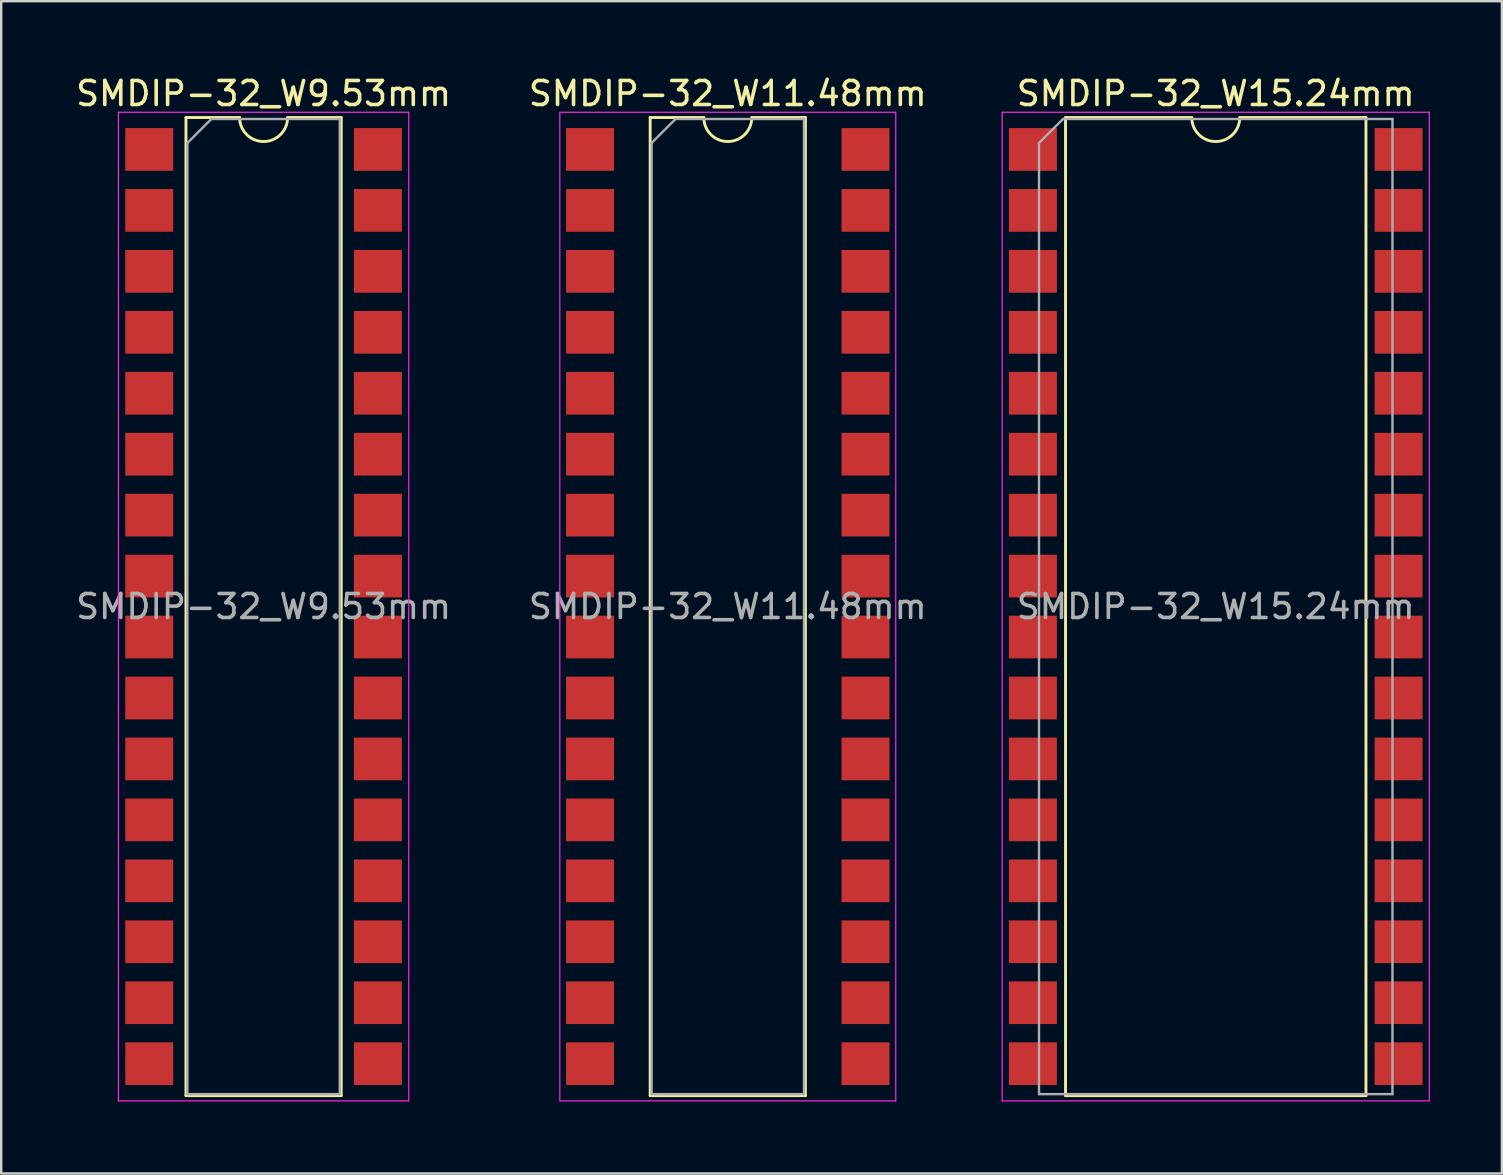
<source format=kicad_pcb>
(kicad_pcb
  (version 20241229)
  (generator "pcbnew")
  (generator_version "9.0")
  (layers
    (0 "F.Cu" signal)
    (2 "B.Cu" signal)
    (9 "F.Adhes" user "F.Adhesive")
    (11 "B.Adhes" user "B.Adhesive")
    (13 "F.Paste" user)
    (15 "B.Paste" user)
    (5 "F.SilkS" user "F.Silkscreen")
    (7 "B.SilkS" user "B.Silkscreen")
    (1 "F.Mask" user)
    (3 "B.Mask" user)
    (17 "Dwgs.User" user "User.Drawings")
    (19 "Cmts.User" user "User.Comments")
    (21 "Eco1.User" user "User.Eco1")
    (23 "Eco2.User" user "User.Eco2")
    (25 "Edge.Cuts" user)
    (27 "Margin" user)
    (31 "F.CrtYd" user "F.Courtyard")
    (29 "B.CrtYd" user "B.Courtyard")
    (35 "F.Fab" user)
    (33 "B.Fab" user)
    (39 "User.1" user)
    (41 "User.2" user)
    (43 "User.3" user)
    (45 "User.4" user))
  (footprint "SMDIP-32_W9.53mm"
    (layer "F.Cu")
    (at 7.935 22.228)
    (property "Reference" "SMDIP-32_W9.53mm" (at 0 -21.38 0) (layer "F.SilkS") (effects (font (size 1 1) (thickness 0.15))))
    (attr smd)
    (fp_line (start -3.235 -20.38) (end -3.235 20.38) (stroke (width 0.12) (type solid)) (layer "F.SilkS"))
    (fp_line (start -3.235 20.38) (end 3.235 20.38) (stroke (width 0.12) (type solid)) (layer "F.SilkS"))
    (fp_line (start -1 -20.38) (end -3.235 -20.38) (stroke (width 0.12) (type solid)) (layer "F.SilkS"))
    (fp_line (start 3.235 -20.38) (end 1 -20.38) (stroke (width 0.12) (type solid)) (layer "F.SilkS"))
    (fp_line (start 3.235 20.38) (end 3.235 -20.38) (stroke (width 0.12) (type solid)) (layer "F.SilkS"))
    (fp_arc (start 1 -20.38) (mid 0 -19.38) (end -1 -20.38) (stroke (width 0.12) (type solid)) (layer "F.SilkS"))
    (fp_line (start -6.05 -20.6) (end -6.05 20.6) (stroke (width 0.05) (type solid)) (layer "F.CrtYd"))
    (fp_line (start -6.05 20.6) (end 6.05 20.6) (stroke (width 0.05) (type solid)) (layer "F.CrtYd"))
    (fp_line (start 6.05 -20.6) (end -6.05 -20.6) (stroke (width 0.05) (type solid)) (layer "F.CrtYd"))
    (fp_line (start 6.05 20.6) (end 6.05 -20.6) (stroke (width 0.05) (type solid)) (layer "F.CrtYd"))
    (fp_line (start -3.175 -19.32) (end -2.175 -20.32) (stroke (width 0.1) (type solid)) (layer "F.Fab"))
    (fp_line (start -3.175 20.32) (end -3.175 -19.32) (stroke (width 0.1) (type solid)) (layer "F.Fab"))
    (fp_line (start -2.175 -20.32) (end 3.175 -20.32) (stroke (width 0.1) (type solid)) (layer "F.Fab"))
    (fp_line (start 3.175 -20.32) (end 3.175 20.32) (stroke (width 0.1) (type solid)) (layer "F.Fab"))
    (fp_line (start 3.175 20.32) (end -3.175 20.32) (stroke (width 0.1) (type solid)) (layer "F.Fab"))
    (fp_text user "${REFERENCE}" (at 0 0 0) (layer "F.Fab") (effects (font (size 1 1) (thickness 0.15))))
    (pad "1" smd rect (at -4.765 -19.05) (size 2 1.78) (layers "F.Cu" "F.Mask" "F.Paste"))
    (pad "2" smd rect (at -4.765 -16.51) (size 2 1.78) (layers "F.Cu" "F.Mask" "F.Paste"))
    (pad "3" smd rect (at -4.765 -13.97) (size 2 1.78) (layers "F.Cu" "F.Mask" "F.Paste"))
    (pad "4" smd rect (at -4.765 -11.43) (size 2 1.78) (layers "F.Cu" "F.Mask" "F.Paste"))
    (pad "5" smd rect (at -4.765 -8.89) (size 2 1.78) (layers "F.Cu" "F.Mask" "F.Paste"))
    (pad "6" smd rect (at -4.765 -6.35) (size 2 1.78) (layers "F.Cu" "F.Mask" "F.Paste"))
    (pad "7" smd rect (at -4.765 -3.81) (size 2 1.78) (layers "F.Cu" "F.Mask" "F.Paste"))
    (pad "8" smd rect (at -4.765 -1.27) (size 2 1.78) (layers "F.Cu" "F.Mask" "F.Paste"))
    (pad "9" smd rect (at -4.765 1.27) (size 2 1.78) (layers "F.Cu" "F.Mask" "F.Paste"))
    (pad "10" smd rect (at -4.765 3.81) (size 2 1.78) (layers "F.Cu" "F.Mask" "F.Paste"))
    (pad "11" smd rect (at -4.765 6.35) (size 2 1.78) (layers "F.Cu" "F.Mask" "F.Paste"))
    (pad "12" smd rect (at -4.765 8.89) (size 2 1.78) (layers "F.Cu" "F.Mask" "F.Paste"))
    (pad "13" smd rect (at -4.765 11.43) (size 2 1.78) (layers "F.Cu" "F.Mask" "F.Paste"))
    (pad "14" smd rect (at -4.765 13.97) (size 2 1.78) (layers "F.Cu" "F.Mask" "F.Paste"))
    (pad "15" smd rect (at -4.765 16.51) (size 2 1.78) (layers "F.Cu" "F.Mask" "F.Paste"))
    (pad "16" smd rect (at -4.765 19.05) (size 2 1.78) (layers "F.Cu" "F.Mask" "F.Paste"))
    (pad "17" smd rect (at 4.765 19.05) (size 2 1.78) (layers "F.Cu" "F.Mask" "F.Paste"))
    (pad "18" smd rect (at 4.765 16.51) (size 2 1.78) (layers "F.Cu" "F.Mask" "F.Paste"))
    (pad "19" smd rect (at 4.765 13.97) (size 2 1.78) (layers "F.Cu" "F.Mask" "F.Paste"))
    (pad "20" smd rect (at 4.765 11.43) (size 2 1.78) (layers "F.Cu" "F.Mask" "F.Paste"))
    (pad "21" smd rect (at 4.765 8.89) (size 2 1.78) (layers "F.Cu" "F.Mask" "F.Paste"))
    (pad "22" smd rect (at 4.765 6.35) (size 2 1.78) (layers "F.Cu" "F.Mask" "F.Paste"))
    (pad "23" smd rect (at 4.765 3.81) (size 2 1.78) (layers "F.Cu" "F.Mask" "F.Paste"))
    (pad "24" smd rect (at 4.765 1.27) (size 2 1.78) (layers "F.Cu" "F.Mask" "F.Paste"))
    (pad "25" smd rect (at 4.765 -1.27) (size 2 1.78) (layers "F.Cu" "F.Mask" "F.Paste"))
    (pad "26" smd rect (at 4.765 -3.81) (size 2 1.78) (layers "F.Cu" "F.Mask" "F.Paste"))
    (pad "27" smd rect (at 4.765 -6.35) (size 2 1.78) (layers "F.Cu" "F.Mask" "F.Paste"))
    (pad "28" smd rect (at 4.765 -8.89) (size 2 1.78) (layers "F.Cu" "F.Mask" "F.Paste"))
    (pad "29" smd rect (at 4.765 -11.43) (size 2 1.78) (layers "F.Cu" "F.Mask" "F.Paste"))
    (pad "30" smd rect (at 4.765 -13.97) (size 2 1.78) (layers "F.Cu" "F.Mask" "F.Paste"))
    (pad "31" smd rect (at 4.765 -16.51) (size 2 1.78) (layers "F.Cu" "F.Mask" "F.Paste"))
    (pad "32" smd rect (at 4.765 -19.05) (size 2 1.78) (layers "F.Cu" "F.Mask" "F.Paste")))
  (footprint "SMDIP-32_W11.48mm"
    (layer "F.Cu")
    (at 27.28 22.228)
    (property "Reference" "SMDIP-32_W11.48mm" (at 0 -21.38 0) (layer "F.SilkS") (effects (font (size 1 1) (thickness 0.15))))
    (attr smd)
    (fp_line (start -3.235 -20.38) (end -3.235 20.38) (stroke (width 0.12) (type solid)) (layer "F.SilkS"))
    (fp_line (start -3.235 20.38) (end 3.235 20.38) (stroke (width 0.12) (type solid)) (layer "F.SilkS"))
    (fp_line (start -1 -20.38) (end -3.235 -20.38) (stroke (width 0.12) (type solid)) (layer "F.SilkS"))
    (fp_line (start 3.235 -20.38) (end 1 -20.38) (stroke (width 0.12) (type solid)) (layer "F.SilkS"))
    (fp_line (start 3.235 20.38) (end 3.235 -20.38) (stroke (width 0.12) (type solid)) (layer "F.SilkS"))
    (fp_arc (start 1 -20.38) (mid 0 -19.38) (end -1 -20.38) (stroke (width 0.12) (type solid)) (layer "F.SilkS"))
    (fp_line (start -7 -20.6) (end -7 20.6) (stroke (width 0.05) (type solid)) (layer "F.CrtYd"))
    (fp_line (start -7 20.6) (end 7 20.6) (stroke (width 0.05) (type solid)) (layer "F.CrtYd"))
    (fp_line (start 7 -20.6) (end -7 -20.6) (stroke (width 0.05) (type solid)) (layer "F.CrtYd"))
    (fp_line (start 7 20.6) (end 7 -20.6) (stroke (width 0.05) (type solid)) (layer "F.CrtYd"))
    (fp_line (start -3.175 -19.32) (end -2.175 -20.32) (stroke (width 0.1) (type solid)) (layer "F.Fab"))
    (fp_line (start -3.175 20.32) (end -3.175 -19.32) (stroke (width 0.1) (type solid)) (layer "F.Fab"))
    (fp_line (start -2.175 -20.32) (end 3.175 -20.32) (stroke (width 0.1) (type solid)) (layer "F.Fab"))
    (fp_line (start 3.175 -20.32) (end 3.175 20.32) (stroke (width 0.1) (type solid)) (layer "F.Fab"))
    (fp_line (start 3.175 20.32) (end -3.175 20.32) (stroke (width 0.1) (type solid)) (layer "F.Fab"))
    (fp_text user "${REFERENCE}" (at 0 0 0) (layer "F.Fab") (effects (font (size 1 1) (thickness 0.15))))
    (pad "1" smd rect (at -5.74 -19.05) (size 2 1.78) (layers "F.Cu" "F.Mask" "F.Paste"))
    (pad "2" smd rect (at -5.74 -16.51) (size 2 1.78) (layers "F.Cu" "F.Mask" "F.Paste"))
    (pad "3" smd rect (at -5.74 -13.97) (size 2 1.78) (layers "F.Cu" "F.Mask" "F.Paste"))
    (pad "4" smd rect (at -5.74 -11.43) (size 2 1.78) (layers "F.Cu" "F.Mask" "F.Paste"))
    (pad "5" smd rect (at -5.74 -8.89) (size 2 1.78) (layers "F.Cu" "F.Mask" "F.Paste"))
    (pad "6" smd rect (at -5.74 -6.35) (size 2 1.78) (layers "F.Cu" "F.Mask" "F.Paste"))
    (pad "7" smd rect (at -5.74 -3.81) (size 2 1.78) (layers "F.Cu" "F.Mask" "F.Paste"))
    (pad "8" smd rect (at -5.74 -1.27) (size 2 1.78) (layers "F.Cu" "F.Mask" "F.Paste"))
    (pad "9" smd rect (at -5.74 1.27) (size 2 1.78) (layers "F.Cu" "F.Mask" "F.Paste"))
    (pad "10" smd rect (at -5.74 3.81) (size 2 1.78) (layers "F.Cu" "F.Mask" "F.Paste"))
    (pad "11" smd rect (at -5.74 6.35) (size 2 1.78) (layers "F.Cu" "F.Mask" "F.Paste"))
    (pad "12" smd rect (at -5.74 8.89) (size 2 1.78) (layers "F.Cu" "F.Mask" "F.Paste"))
    (pad "13" smd rect (at -5.74 11.43) (size 2 1.78) (layers "F.Cu" "F.Mask" "F.Paste"))
    (pad "14" smd rect (at -5.74 13.97) (size 2 1.78) (layers "F.Cu" "F.Mask" "F.Paste"))
    (pad "15" smd rect (at -5.74 16.51) (size 2 1.78) (layers "F.Cu" "F.Mask" "F.Paste"))
    (pad "16" smd rect (at -5.74 19.05) (size 2 1.78) (layers "F.Cu" "F.Mask" "F.Paste"))
    (pad "17" smd rect (at 5.74 19.05) (size 2 1.78) (layers "F.Cu" "F.Mask" "F.Paste"))
    (pad "18" smd rect (at 5.74 16.51) (size 2 1.78) (layers "F.Cu" "F.Mask" "F.Paste"))
    (pad "19" smd rect (at 5.74 13.97) (size 2 1.78) (layers "F.Cu" "F.Mask" "F.Paste"))
    (pad "20" smd rect (at 5.74 11.43) (size 2 1.78) (layers "F.Cu" "F.Mask" "F.Paste"))
    (pad "21" smd rect (at 5.74 8.89) (size 2 1.78) (layers "F.Cu" "F.Mask" "F.Paste"))
    (pad "22" smd rect (at 5.74 6.35) (size 2 1.78) (layers "F.Cu" "F.Mask" "F.Paste"))
    (pad "23" smd rect (at 5.74 3.81) (size 2 1.78) (layers "F.Cu" "F.Mask" "F.Paste"))
    (pad "24" smd rect (at 5.74 1.27) (size 2 1.78) (layers "F.Cu" "F.Mask" "F.Paste"))
    (pad "25" smd rect (at 5.74 -1.27) (size 2 1.78) (layers "F.Cu" "F.Mask" "F.Paste"))
    (pad "26" smd rect (at 5.74 -3.81) (size 2 1.78) (layers "F.Cu" "F.Mask" "F.Paste"))
    (pad "27" smd rect (at 5.74 -6.35) (size 2 1.78) (layers "F.Cu" "F.Mask" "F.Paste"))
    (pad "28" smd rect (at 5.74 -8.89) (size 2 1.78) (layers "F.Cu" "F.Mask" "F.Paste"))
    (pad "29" smd rect (at 5.74 -11.43) (size 2 1.78) (layers "F.Cu" "F.Mask" "F.Paste"))
    (pad "30" smd rect (at 5.74 -13.97) (size 2 1.78) (layers "F.Cu" "F.Mask" "F.Paste"))
    (pad "31" smd rect (at 5.74 -16.51) (size 2 1.78) (layers "F.Cu" "F.Mask" "F.Paste"))
    (pad "32" smd rect (at 5.74 -19.05) (size 2 1.78) (layers "F.Cu" "F.Mask" "F.Paste")))
  (footprint "SMDIP-32_W15.24mm"
    (layer "F.Cu")
    (at 47.615 22.228)
    (property "Reference" "SMDIP-32_W15.24mm" (at 0 -21.38 0) (layer "F.SilkS") (effects (font (size 1 1) (thickness 0.15))))
    (attr smd)
    (fp_line (start -6.26 -20.38) (end -6.26 20.38) (stroke (width 0.12) (type solid)) (layer "F.SilkS"))
    (fp_line (start -6.26 20.38) (end 6.26 20.38) (stroke (width 0.12) (type solid)) (layer "F.SilkS"))
    (fp_line (start -1 -20.38) (end -6.26 -20.38) (stroke (width 0.12) (type solid)) (layer "F.SilkS"))
    (fp_line (start 6.26 -20.38) (end 1 -20.38) (stroke (width 0.12) (type solid)) (layer "F.SilkS"))
    (fp_line (start 6.26 20.38) (end 6.26 -20.38) (stroke (width 0.12) (type solid)) (layer "F.SilkS"))
    (fp_arc (start 1 -20.38) (mid 0 -19.38) (end -1 -20.38) (stroke (width 0.12) (type solid)) (layer "F.SilkS"))
    (fp_line (start -8.9 -20.6) (end -8.9 20.6) (stroke (width 0.05) (type solid)) (layer "F.CrtYd"))
    (fp_line (start -8.9 20.6) (end 8.9 20.6) (stroke (width 0.05) (type solid)) (layer "F.CrtYd"))
    (fp_line (start 8.9 -20.6) (end -8.9 -20.6) (stroke (width 0.05) (type solid)) (layer "F.CrtYd"))
    (fp_line (start 8.9 20.6) (end 8.9 -20.6) (stroke (width 0.05) (type solid)) (layer "F.CrtYd"))
    (fp_line (start -7.365 -19.32) (end -6.365 -20.32) (stroke (width 0.1) (type solid)) (layer "F.Fab"))
    (fp_line (start -7.365 20.32) (end -7.365 -19.32) (stroke (width 0.1) (type solid)) (layer "F.Fab"))
    (fp_line (start -6.365 -20.32) (end 7.365 -20.32) (stroke (width 0.1) (type solid)) (layer "F.Fab"))
    (fp_line (start 7.365 -20.32) (end 7.365 20.32) (stroke (width 0.1) (type solid)) (layer "F.Fab"))
    (fp_line (start 7.365 20.32) (end -7.365 20.32) (stroke (width 0.1) (type solid)) (layer "F.Fab"))
    (fp_text user "${REFERENCE}" (at 0 0 0) (layer "F.Fab") (effects (font (size 1 1) (thickness 0.15))))
    (pad "1" smd rect (at -7.62 -19.05) (size 2 1.78) (layers "F.Cu" "F.Mask" "F.Paste"))
    (pad "2" smd rect (at -7.62 -16.51) (size 2 1.78) (layers "F.Cu" "F.Mask" "F.Paste"))
    (pad "3" smd rect (at -7.62 -13.97) (size 2 1.78) (layers "F.Cu" "F.Mask" "F.Paste"))
    (pad "4" smd rect (at -7.62 -11.43) (size 2 1.78) (layers "F.Cu" "F.Mask" "F.Paste"))
    (pad "5" smd rect (at -7.62 -8.89) (size 2 1.78) (layers "F.Cu" "F.Mask" "F.Paste"))
    (pad "6" smd rect (at -7.62 -6.35) (size 2 1.78) (layers "F.Cu" "F.Mask" "F.Paste"))
    (pad "7" smd rect (at -7.62 -3.81) (size 2 1.78) (layers "F.Cu" "F.Mask" "F.Paste"))
    (pad "8" smd rect (at -7.62 -1.27) (size 2 1.78) (layers "F.Cu" "F.Mask" "F.Paste"))
    (pad "9" smd rect (at -7.62 1.27) (size 2 1.78) (layers "F.Cu" "F.Mask" "F.Paste"))
    (pad "10" smd rect (at -7.62 3.81) (size 2 1.78) (layers "F.Cu" "F.Mask" "F.Paste"))
    (pad "11" smd rect (at -7.62 6.35) (size 2 1.78) (layers "F.Cu" "F.Mask" "F.Paste"))
    (pad "12" smd rect (at -7.62 8.89) (size 2 1.78) (layers "F.Cu" "F.Mask" "F.Paste"))
    (pad "13" smd rect (at -7.62 11.43) (size 2 1.78) (layers "F.Cu" "F.Mask" "F.Paste"))
    (pad "14" smd rect (at -7.62 13.97) (size 2 1.78) (layers "F.Cu" "F.Mask" "F.Paste"))
    (pad "15" smd rect (at -7.62 16.51) (size 2 1.78) (layers "F.Cu" "F.Mask" "F.Paste"))
    (pad "16" smd rect (at -7.62 19.05) (size 2 1.78) (layers "F.Cu" "F.Mask" "F.Paste"))
    (pad "17" smd rect (at 7.62 19.05) (size 2 1.78) (layers "F.Cu" "F.Mask" "F.Paste"))
    (pad "18" smd rect (at 7.62 16.51) (size 2 1.78) (layers "F.Cu" "F.Mask" "F.Paste"))
    (pad "19" smd rect (at 7.62 13.97) (size 2 1.78) (layers "F.Cu" "F.Mask" "F.Paste"))
    (pad "20" smd rect (at 7.62 11.43) (size 2 1.78) (layers "F.Cu" "F.Mask" "F.Paste"))
    (pad "21" smd rect (at 7.62 8.89) (size 2 1.78) (layers "F.Cu" "F.Mask" "F.Paste"))
    (pad "22" smd rect (at 7.62 6.35) (size 2 1.78) (layers "F.Cu" "F.Mask" "F.Paste"))
    (pad "23" smd rect (at 7.62 3.81) (size 2 1.78) (layers "F.Cu" "F.Mask" "F.Paste"))
    (pad "24" smd rect (at 7.62 1.27) (size 2 1.78) (layers "F.Cu" "F.Mask" "F.Paste"))
    (pad "25" smd rect (at 7.62 -1.27) (size 2 1.78) (layers "F.Cu" "F.Mask" "F.Paste"))
    (pad "26" smd rect (at 7.62 -3.81) (size 2 1.78) (layers "F.Cu" "F.Mask" "F.Paste"))
    (pad "27" smd rect (at 7.62 -6.35) (size 2 1.78) (layers "F.Cu" "F.Mask" "F.Paste"))
    (pad "28" smd rect (at 7.62 -8.89) (size 2 1.78) (layers "F.Cu" "F.Mask" "F.Paste"))
    (pad "29" smd rect (at 7.62 -11.43) (size 2 1.78) (layers "F.Cu" "F.Mask" "F.Paste"))
    (pad "30" smd rect (at 7.62 -13.97) (size 2 1.78) (layers "F.Cu" "F.Mask" "F.Paste"))
    (pad "31" smd rect (at 7.62 -16.51) (size 2 1.78) (layers "F.Cu" "F.Mask" "F.Paste"))
    (pad "32" smd rect (at 7.62 -19.05) (size 2 1.78) (layers "F.Cu" "F.Mask" "F.Paste")))
  (gr_rect
    (start -3 -3)
    (end 59.54 45.853)
    (stroke (width 0.1) (type default))
    (fill no)
    (layer "Edge.Cuts")))
</source>
